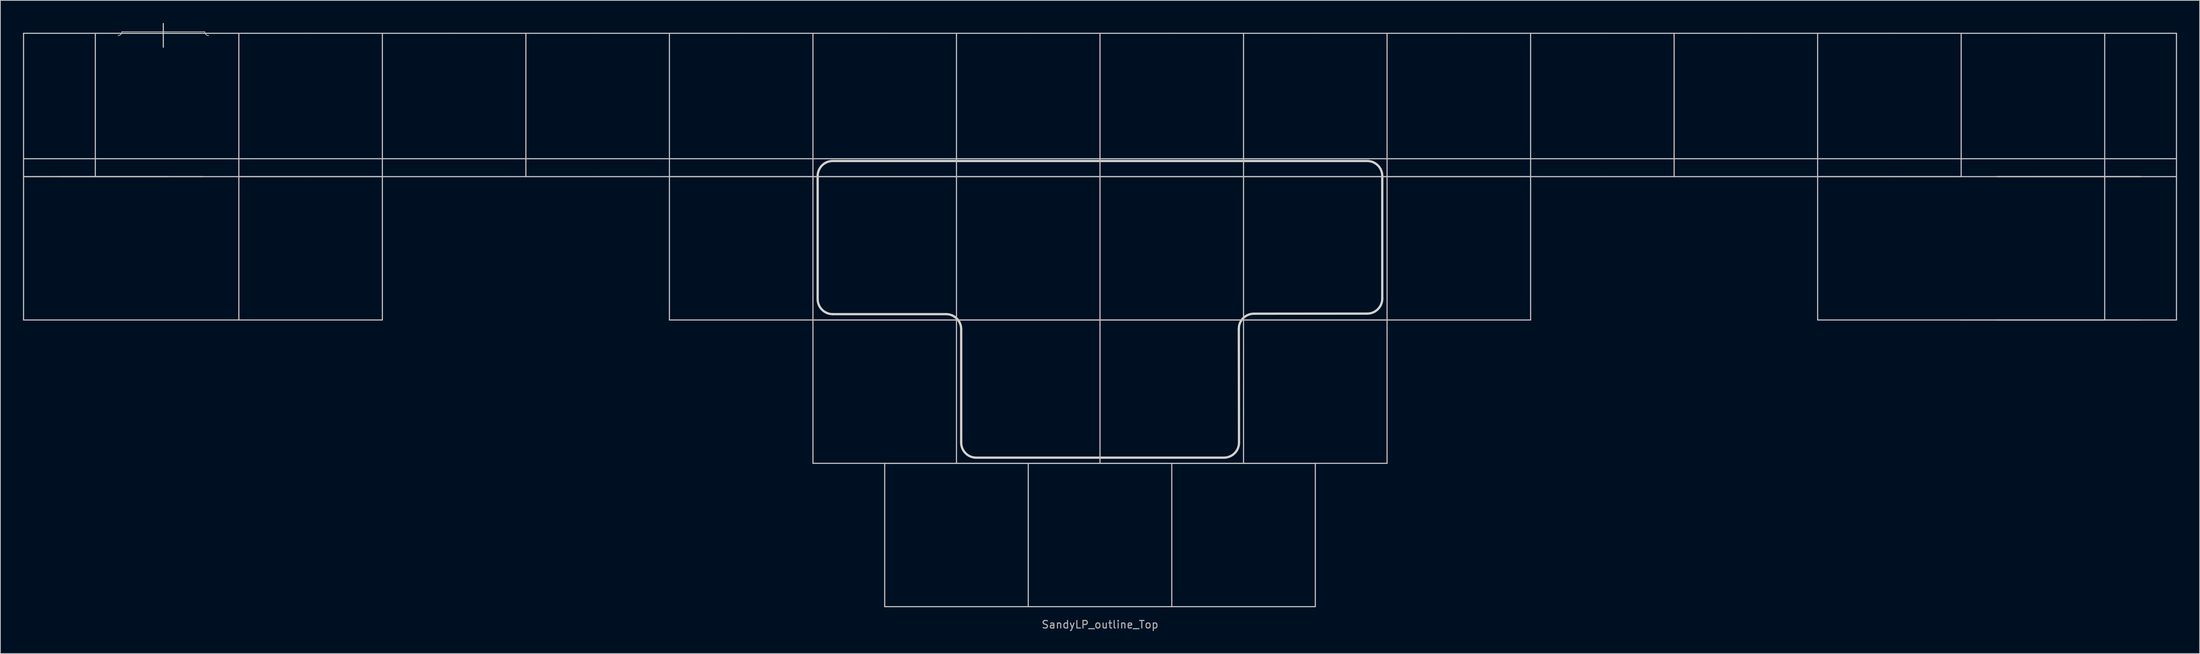
<source format=kicad_pcb>
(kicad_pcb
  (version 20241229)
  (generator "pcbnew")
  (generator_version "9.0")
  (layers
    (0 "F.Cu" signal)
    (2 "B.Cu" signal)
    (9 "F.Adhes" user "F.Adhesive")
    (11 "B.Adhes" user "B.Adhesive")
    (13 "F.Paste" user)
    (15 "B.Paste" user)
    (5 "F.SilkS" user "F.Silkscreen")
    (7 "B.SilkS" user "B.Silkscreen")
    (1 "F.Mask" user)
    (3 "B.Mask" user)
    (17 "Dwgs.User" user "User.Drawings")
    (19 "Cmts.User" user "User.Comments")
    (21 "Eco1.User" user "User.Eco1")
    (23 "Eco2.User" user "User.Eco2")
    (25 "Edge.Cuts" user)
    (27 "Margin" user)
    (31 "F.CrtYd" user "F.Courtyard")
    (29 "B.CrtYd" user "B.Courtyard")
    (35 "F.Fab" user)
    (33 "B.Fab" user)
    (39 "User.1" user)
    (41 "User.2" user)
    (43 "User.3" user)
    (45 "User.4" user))
  (footprint "SandyLP_outline_Top"
    (layer "F.Cu")
    (at 142.95 39.475)
    (property "Reference" "SandyLP_outline_Top" (at 0 40.481 0) (layer "F.Fab") (effects (font (size 1 1) (thickness 0.15))))
    (attr through_hole)
    (fp_line (start -142.875 -38.1) (end -123.825 -38.1) (stroke (width 0.15) (type solid)) (layer "Dwgs.User"))
    (fp_line (start -142.875 -19.05) (end -142.875 -38.1) (stroke (width 0.15) (type solid)) (layer "Dwgs.User"))
    (fp_line (start -142.875 -19.05) (end -142.875 0) (stroke (width 0.15) (type solid)) (layer "Dwgs.User"))
    (fp_line (start -142.875 0) (end -114.3 0) (stroke (width 0.15) (type solid)) (layer "Dwgs.User"))
    (fp_line (start -138.113 -19.05) (end -119.062 -19.05) (stroke (width 0.15) (type solid)) (layer "Dwgs.User"))
    (fp_line (start -133.35 -19.05) (end -133.35 -38.1) (stroke (width 0.15) (type solid)) (layer "Dwgs.User"))
    (fp_line (start -129.825 -38.3) (end -118.825 -38.3) (stroke (width 0.1) (type solid)) (layer "Dwgs.User"))
    (fp_line (start -124.325 -39.4) (end -124.325 -36.25) (stroke (width 0.15) (type solid)) (layer "Dwgs.User"))
    (fp_line (start -123.825 -38.1) (end -104.775 -38.1) (stroke (width 0.15) (type solid)) (layer "Dwgs.User"))
    (fp_line (start -123.825 -19.05) (end -142.875 -19.05) (stroke (width 0.15) (type solid)) (layer "Dwgs.User"))
    (fp_line (start -123.825 -19.05) (end -142.875 -19.05) (stroke (width 0.15) (type solid)) (layer "Dwgs.User"))
    (fp_line (start -114.3 -38.1) (end -114.3 -19.05) (stroke (width 0.15) (type solid)) (layer "Dwgs.User"))
    (fp_line (start -114.3 -19.05) (end -95.25 -19.05) (stroke (width 0.15) (type solid)) (layer "Dwgs.User"))
    (fp_line (start -114.3 0) (end -114.3 -19.05) (stroke (width 0.15) (type solid)) (layer "Dwgs.User"))
    (fp_line (start -104.775 -38.1) (end -85.725 -38.1) (stroke (width 0.15) (type solid)) (layer "Dwgs.User"))
    (fp_line (start -104.775 -19.05) (end -123.825 -19.05) (stroke (width 0.15) (type solid)) (layer "Dwgs.User"))
    (fp_line (start -95.25 -19.05) (end -95.25 -38.1) (stroke (width 0.15) (type solid)) (layer "Dwgs.User"))
    (fp_line (start -95.25 -19.05) (end -95.25 0) (stroke (width 0.15) (type solid)) (layer "Dwgs.User"))
    (fp_line (start -95.25 0) (end -114.3 0) (stroke (width 0.15) (type solid)) (layer "Dwgs.User"))
    (fp_line (start -85.725 -38.1) (end -66.675 -38.1) (stroke (width 0.15) (type solid)) (layer "Dwgs.User"))
    (fp_line (start -85.725 -19.05) (end -104.775 -19.05) (stroke (width 0.15) (type solid)) (layer "Dwgs.User"))
    (fp_line (start -76.2 -38.1) (end -76.2 -19.05) (stroke (width 0.15) (type solid)) (layer "Dwgs.User"))
    (fp_line (start -66.675 -38.1) (end -47.625 -38.1) (stroke (width 0.15) (type solid)) (layer "Dwgs.User"))
    (fp_line (start -66.675 -19.05) (end -85.725 -19.05) (stroke (width 0.15) (type solid)) (layer "Dwgs.User"))
    (fp_line (start -57.15 -38.1) (end -57.15 -19.05) (stroke (width 0.15) (type solid)) (layer "Dwgs.User"))
    (fp_line (start -57.15 -19.05) (end -38.1 -19.05) (stroke (width 0.15) (type solid)) (layer "Dwgs.User"))
    (fp_line (start -57.15 0) (end -57.15 -19.05) (stroke (width 0.15) (type solid)) (layer "Dwgs.User"))
    (fp_line (start -47.625 -38.1) (end -28.575 -38.1) (stroke (width 0.15) (type solid)) (layer "Dwgs.User"))
    (fp_line (start -47.625 -19.05) (end -66.675 -19.05) (stroke (width 0.15) (type solid)) (layer "Dwgs.User"))
    (fp_line (start -38.1 -19.05) (end -38.1 -38.1) (stroke (width 0.15) (type solid)) (layer "Dwgs.User"))
    (fp_line (start -38.1 -19.05) (end -19.05 -19.05) (stroke (width 0.15) (type solid)) (layer "Dwgs.User"))
    (fp_line (start -38.1 0) (end -57.15 0) (stroke (width 0.15) (type solid)) (layer "Dwgs.User"))
    (fp_line (start -38.1 0) (end -38.1 -19.05) (stroke (width 0.15) (type solid)) (layer "Dwgs.User"))
    (fp_line (start -38.1 0) (end -19.05 0) (stroke (width 0.15) (type solid)) (layer "Dwgs.User"))
    (fp_line (start -38.1 19.05) (end -38.1 0) (stroke (width 0.15) (type solid)) (layer "Dwgs.User"))
    (fp_line (start -28.575 -38.1) (end -9.525 -38.1) (stroke (width 0.15) (type solid)) (layer "Dwgs.User"))
    (fp_line (start -28.575 -19.05) (end -47.625 -19.05) (stroke (width 0.15) (type solid)) (layer "Dwgs.User"))
    (fp_line (start -28.575 19.05) (end -9.525 19.05) (stroke (width 0.15) (type solid)) (layer "Dwgs.User"))
    (fp_line (start -28.575 38.1) (end -28.575 19.05) (stroke (width 0.15) (type solid)) (layer "Dwgs.User"))
    (fp_line (start -19.05 -19.05) (end -19.05 -38.1) (stroke (width 0.15) (type solid)) (layer "Dwgs.User"))
    (fp_line (start -19.05 -19.05) (end -19.05 0) (stroke (width 0.15) (type solid)) (layer "Dwgs.User"))
    (fp_line (start -19.05 -19.05) (end 0 -19.05) (stroke (width 0.15) (type solid)) (layer "Dwgs.User"))
    (fp_line (start -19.05 0) (end -38.1 0) (stroke (width 0.15) (type solid)) (layer "Dwgs.User"))
    (fp_line (start -19.05 0) (end 0 0) (stroke (width 0.15) (type solid)) (layer "Dwgs.User"))
    (fp_line (start -19.05 19.05) (end -38.1 19.05) (stroke (width 0.15) (type solid)) (layer "Dwgs.User"))
    (fp_line (start -19.05 19.05) (end -19.05 0) (stroke (width 0.15) (type solid)) (layer "Dwgs.User"))
    (fp_line (start -9.525 -38.1) (end 9.525 -38.1) (stroke (width 0.15) (type solid)) (layer "Dwgs.User"))
    (fp_line (start -9.525 -19.05) (end -28.575 -19.05) (stroke (width 0.15) (type solid)) (layer "Dwgs.User"))
    (fp_line (start -9.525 19.05) (end 9.525 19.05) (stroke (width 0.15) (type solid)) (layer "Dwgs.User"))
    (fp_line (start -9.525 38.1) (end -28.575 38.1) (stroke (width 0.15) (type solid)) (layer "Dwgs.User"))
    (fp_line (start -9.525 38.1) (end -9.525 19.05) (stroke (width 0.15) (type solid)) (layer "Dwgs.User"))
    (fp_line (start 0 -19.05) (end 0 -38.1) (stroke (width 0.15) (type solid)) (layer "Dwgs.User"))
    (fp_line (start 0 -19.05) (end 0 0) (stroke (width 0.15) (type solid)) (layer "Dwgs.User"))
    (fp_line (start 0 -19.05) (end 19.05 -19.05) (stroke (width 0.15) (type solid)) (layer "Dwgs.User"))
    (fp_line (start 0 0) (end -19.05 0) (stroke (width 0.15) (type solid)) (layer "Dwgs.User"))
    (fp_line (start 0 0) (end 19.05 0) (stroke (width 0.15) (type solid)) (layer "Dwgs.User"))
    (fp_line (start 0 19.05) (end -19.05 19.05) (stroke (width 0.15) (type solid)) (layer "Dwgs.User"))
    (fp_line (start 0 19.05) (end 0 0) (stroke (width 0.15) (type solid)) (layer "Dwgs.User"))
    (fp_line (start 9.525 -38.1) (end 28.575 -38.1) (stroke (width 0.15) (type solid)) (layer "Dwgs.User"))
    (fp_line (start 9.525 -19.05) (end -9.525 -19.05) (stroke (width 0.15) (type solid)) (layer "Dwgs.User"))
    (fp_line (start 9.525 19.05) (end 28.575 19.05) (stroke (width 0.15) (type solid)) (layer "Dwgs.User"))
    (fp_line (start 9.525 38.1) (end -9.525 38.1) (stroke (width 0.15) (type solid)) (layer "Dwgs.User"))
    (fp_line (start 9.525 38.1) (end 9.525 19.05) (stroke (width 0.15) (type solid)) (layer "Dwgs.User"))
    (fp_line (start 19.05 -19.05) (end 19.05 -38.1) (stroke (width 0.15) (type solid)) (layer "Dwgs.User"))
    (fp_line (start 19.05 -19.05) (end 38.1 -19.05) (stroke (width 0.15) (type solid)) (layer "Dwgs.User"))
    (fp_line (start 19.05 0) (end 0 0) (stroke (width 0.15) (type solid)) (layer "Dwgs.User"))
    (fp_line (start 19.05 0) (end 19.05 -19.05) (stroke (width 0.15) (type solid)) (layer "Dwgs.User"))
    (fp_line (start 19.05 0) (end 38.1 0) (stroke (width 0.15) (type solid)) (layer "Dwgs.User"))
    (fp_line (start 19.05 19.05) (end 0 19.05) (stroke (width 0.15) (type solid)) (layer "Dwgs.User"))
    (fp_line (start 19.05 19.05) (end 19.05 0) (stroke (width 0.15) (type solid)) (layer "Dwgs.User"))
    (fp_line (start 28.575 -38.1) (end 47.625 -38.1) (stroke (width 0.15) (type solid)) (layer "Dwgs.User"))
    (fp_line (start 28.575 -19.05) (end 9.525 -19.05) (stroke (width 0.15) (type solid)) (layer "Dwgs.User"))
    (fp_line (start 28.575 19.05) (end 28.575 38.1) (stroke (width 0.15) (type solid)) (layer "Dwgs.User"))
    (fp_line (start 28.575 38.1) (end 9.525 38.1) (stroke (width 0.15) (type solid)) (layer "Dwgs.User"))
    (fp_line (start 38.1 -19.05) (end 38.1 -38.1) (stroke (width 0.15) (type solid)) (layer "Dwgs.User"))
    (fp_line (start 38.1 -19.05) (end 38.1 0) (stroke (width 0.15) (type solid)) (layer "Dwgs.User"))
    (fp_line (start 38.1 -19.05) (end 57.15 -19.05) (stroke (width 0.15) (type solid)) (layer "Dwgs.User"))
    (fp_line (start 38.1 0) (end 19.05 0) (stroke (width 0.15) (type solid)) (layer "Dwgs.User"))
    (fp_line (start 38.1 0) (end 38.1 19.05) (stroke (width 0.15) (type solid)) (layer "Dwgs.User"))
    (fp_line (start 38.1 19.05) (end 19.05 19.05) (stroke (width 0.15) (type solid)) (layer "Dwgs.User"))
    (fp_line (start 47.625 -38.1) (end 66.675 -38.1) (stroke (width 0.15) (type solid)) (layer "Dwgs.User"))
    (fp_line (start 47.625 -19.05) (end 28.575 -19.05) (stroke (width 0.15) (type solid)) (layer "Dwgs.User"))
    (fp_line (start 57.15 -19.05) (end 57.15 -38.1) (stroke (width 0.15) (type solid)) (layer "Dwgs.User"))
    (fp_line (start 57.15 -19.05) (end 57.15 0) (stroke (width 0.15) (type solid)) (layer "Dwgs.User"))
    (fp_line (start 57.15 0) (end 38.1 0) (stroke (width 0.15) (type solid)) (layer "Dwgs.User"))
    (fp_line (start 66.675 -38.1) (end 85.725 -38.1) (stroke (width 0.15) (type solid)) (layer "Dwgs.User"))
    (fp_line (start 66.675 -19.05) (end 47.625 -19.05) (stroke (width 0.15) (type solid)) (layer "Dwgs.User"))
    (fp_line (start 76.2 -19.05) (end 76.2 -38.1) (stroke (width 0.15) (type solid)) (layer "Dwgs.User"))
    (fp_line (start 85.725 -38.1) (end 104.775 -38.1) (stroke (width 0.15) (type solid)) (layer "Dwgs.User"))
    (fp_line (start 85.725 -19.05) (end 66.675 -19.05) (stroke (width 0.15) (type solid)) (layer "Dwgs.User"))
    (fp_line (start 95.25 -38.1) (end 95.25 -19.05) (stroke (width 0.15) (type solid)) (layer "Dwgs.User"))
    (fp_line (start 95.25 -19.05) (end 114.3 -19.05) (stroke (width 0.15) (type solid)) (layer "Dwgs.User"))
    (fp_line (start 95.25 0) (end 95.25 -19.05) (stroke (width 0.15) (type solid)) (layer "Dwgs.User"))
    (fp_line (start 104.775 -38.1) (end 123.825 -38.1) (stroke (width 0.15) (type solid)) (layer "Dwgs.User"))
    (fp_line (start 104.775 -19.05) (end 85.725 -19.05) (stroke (width 0.15) (type solid)) (layer "Dwgs.User"))
    (fp_line (start 114.3 -38.1) (end 114.3 -19.05) (stroke (width 0.15) (type solid)) (layer "Dwgs.User"))
    (fp_line (start 114.3 0) (end 95.25 0) (stroke (width 0.15) (type solid)) (layer "Dwgs.User"))
    (fp_line (start 114.3 0) (end 142.875 0) (stroke (width 0.15) (type solid)) (layer "Dwgs.User"))
    (fp_line (start 119.062 -19.05) (end 138.113 -19.05) (stroke (width 0.15) (type solid)) (layer "Dwgs.User"))
    (fp_line (start 119.062 -19.05) (end 138.113 -19.05) (stroke (width 0.15) (type solid)) (layer "Dwgs.User"))
    (fp_line (start 123.825 -38.1) (end 142.875 -38.1) (stroke (width 0.15) (type solid)) (layer "Dwgs.User"))
    (fp_line (start 123.825 -19.05) (end 104.775 -19.05) (stroke (width 0.15) (type solid)) (layer "Dwgs.User"))
    (fp_line (start 133.35 -38.1) (end 133.35 -19.05) (stroke (width 0.15) (type solid)) (layer "Dwgs.User"))
    (fp_line (start 133.35 -19.05) (end 133.35 0) (stroke (width 0.15) (type solid)) (layer "Dwgs.User"))
    (fp_line (start 133.35 0) (end 114.3 0) (stroke (width 0.15) (type solid)) (layer "Dwgs.User"))
    (fp_line (start 138.113 0) (end 119.062 0) (stroke (width 0.15) (type solid)) (layer "Dwgs.User"))
    (fp_line (start 142.875 -38.1) (end 142.875 -19.05) (stroke (width 0.15) (type solid)) (layer "Dwgs.User"))
    (fp_line (start 142.875 -21.431) (end -142.875 -21.431) (stroke (width 0.15) (type solid)) (layer "Dwgs.User"))
    (fp_line (start 142.875 -19.05) (end 123.825 -19.05) (stroke (width 0.15) (type solid)) (layer "Dwgs.User"))
    (fp_line (start 142.875 -19.05) (end 142.875 0) (stroke (width 0.15) (type solid)) (layer "Dwgs.User"))
    (fp_arc (start -129.825 -38.30004) (mid -129.971447 -37.946487) (end -130.325 -37.80004) (stroke (width 0.1) (type solid)) (layer "Dwgs.User"))
    (fp_arc (start -118.325 -37.80004) (mid -118.678553 -37.946487) (end -118.825 -38.30004) (stroke (width 0.1) (type solid)) (layer "Dwgs.User"))
    (fp_line (start -37.475 -2.775) (end -37.475 -19.131) (stroke (width 0.3) (type solid)) (layer "Edge.Cuts"))
    (fp_line (start -35.475 -0.775) (end -20.425 -0.775) (stroke (width 0.3) (type solid)) (layer "Edge.Cuts"))
    (fp_line (start -18.425 16.298) (end -18.425 1.225) (stroke (width 0.3) (type solid)) (layer "Edge.Cuts"))
    (fp_line (start -16.425 18.298) (end 16.45 18.296) (stroke (width 0.3) (type solid)) (layer "Edge.Cuts"))
    (fp_line (start 18.45 16.296) (end 18.425 1.164) (stroke (width 0.3) (type solid)) (layer "Edge.Cuts"))
    (fp_line (start 20.425 -0.836) (end 35.462 -0.846) (stroke (width 0.3) (type solid)) (layer "Edge.Cuts"))
    (fp_line (start 35.462 -21.131) (end -35.475 -21.131) (stroke (width 0.3) (type solid)) (layer "Edge.Cuts"))
    (fp_line (start 37.462 -2.846) (end 37.462 -19.131) (stroke (width 0.3) (type solid)) (layer "Edge.Cuts"))
    (fp_arc (start -37.475 -19.13133) (mid -36.889214 -20.545544) (end -35.475 -21.13133) (stroke (width 0.3) (type solid)) (layer "Edge.Cuts"))
    (fp_arc (start -35.475 -0.77504) (mid -36.889214 -1.360826) (end -37.475 -2.77504) (stroke (width 0.3) (type solid)) (layer "Edge.Cuts"))
    (fp_arc (start -20.425 -0.77504) (mid -19.010786 -0.189254) (end -18.425 1.22496) (stroke (width 0.3) (type solid)) (layer "Edge.Cuts"))
    (fp_arc (start -16.425 18.297853) (mid -17.839214 17.712067) (end -18.425 16.297853) (stroke (width 0.3) (type solid)) (layer "Edge.Cuts"))
    (fp_arc (start 18.425 1.164174) (mid 19.010766 -0.250052) (end 20.425 -0.835826) (stroke (width 0.3) (type solid)) (layer "Edge.Cuts"))
    (fp_arc (start 18.44991 16.295746) (mid 17.864148 17.709982) (end 16.44991 18.295746) (stroke (width 0.3) (type solid)) (layer "Edge.Cuts"))
    (fp_arc (start 35.4625 -21.13133) (mid 36.876728 -20.545546) (end 37.4625 -19.13133) (stroke (width 0.3) (type solid)) (layer "Edge.Cuts"))
    (fp_arc (start 37.4625 -2.845826) (mid 36.876693 -1.431625) (end 35.4625 -0.845826) (stroke (width 0.3) (type solid)) (layer "Edge.Cuts")))
  (gr_rect
    (start -3 -3)
    (end 288.9 83.805)
    (stroke (width 0.1) (type default))
    (fill no)
    (layer "Edge.Cuts")))
</source>
